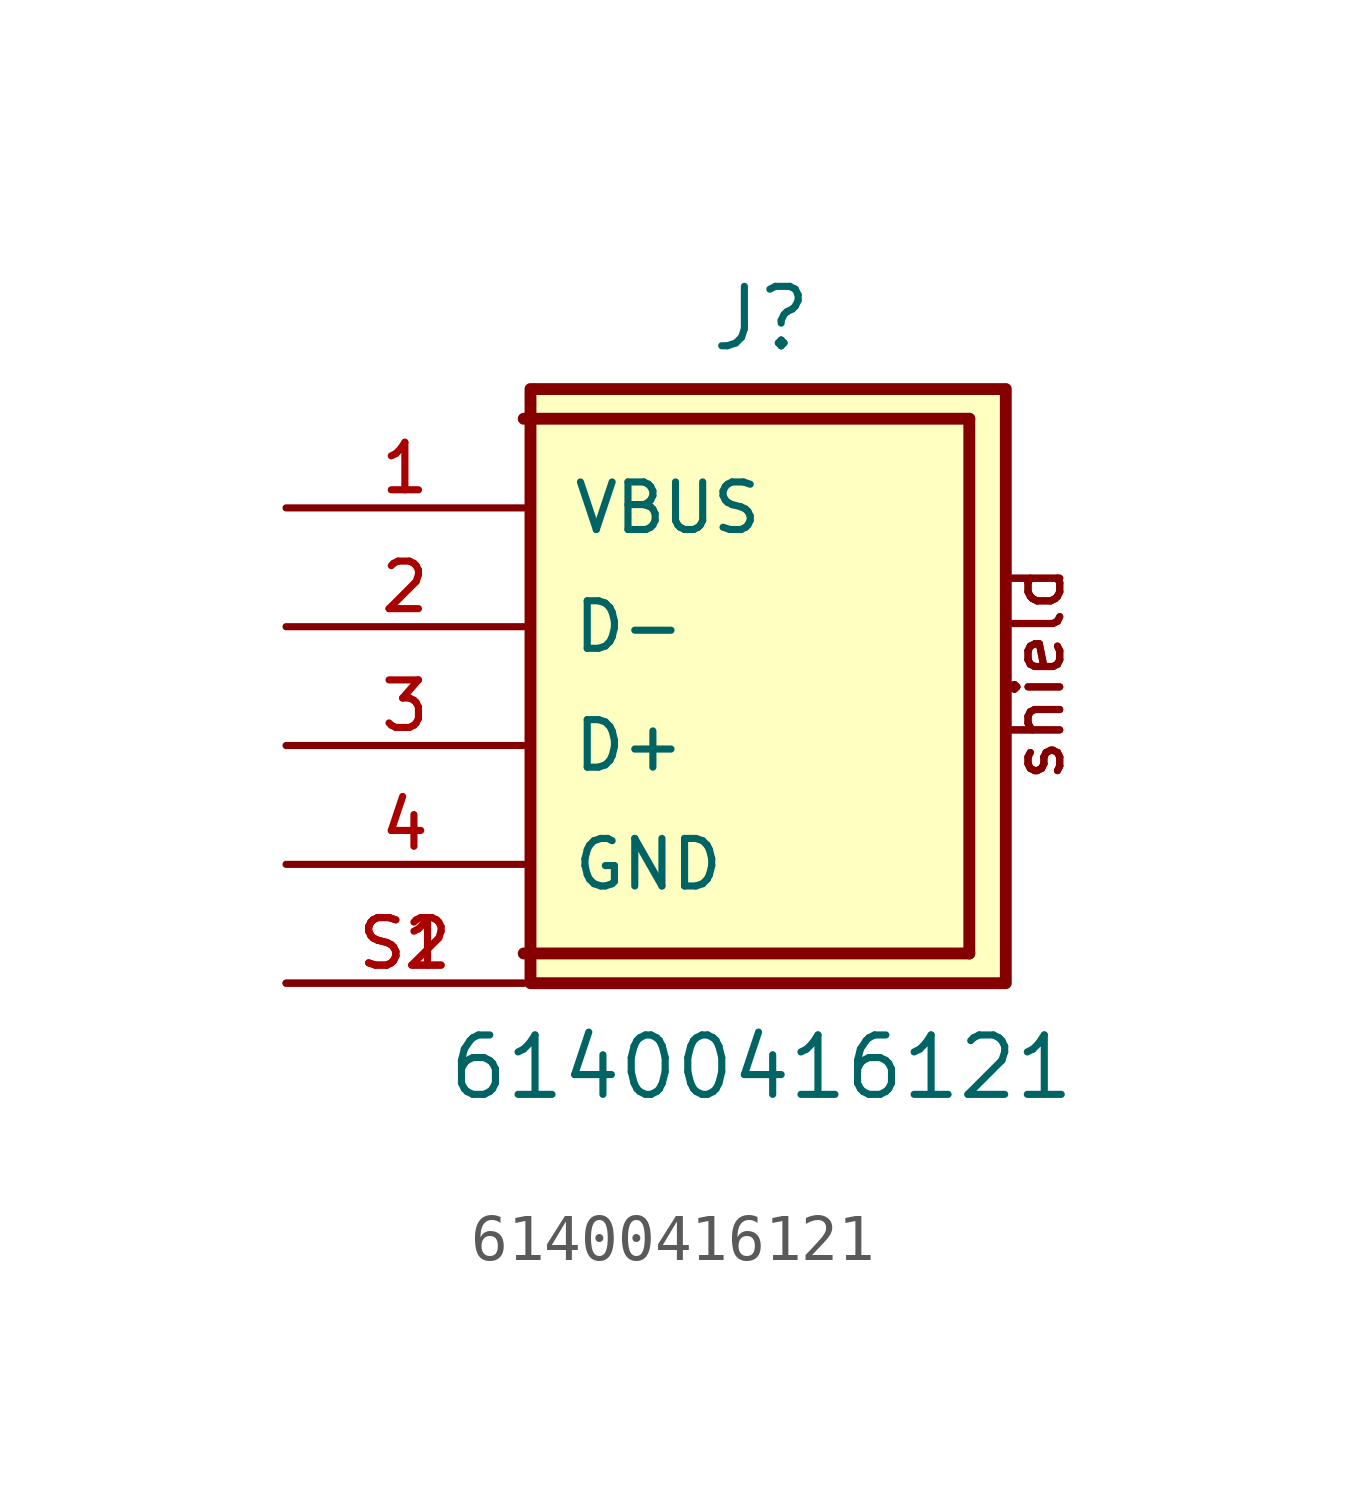
<source format=kicad_sym>
(kicad_symbol_lib
  (version 20211014)
  (generator kicad_symbol_editor)
  (symbol "61400416121"
    (pin_names
      (offset 1.016))
    (property "Reference" "J"
      (at 0.0 5.842 0)
      (effects (font (size 1.27 1.27)) (justify bottom)))
    (property "Value" "61400416121"
      (at 0.0 -10.16 0)
      (effects (font (size 1.27 1.27)) (justify bottom)))
    (symbol "61400416121_0_0"
      (text "shield" (at 6.51 -3.37 900) (effects (font (size 1.016 1.016)) (justify bottom left)))
      (text "shield" (at 6.51 -3.37 900) (effects (font (size 1.016 1.016)) (justify bottom left)))
      (polyline (pts (xy -5.08 4.445) (xy 4.445 4.445)) (stroke (width 0.254)))
      (polyline (pts (xy 4.445 -6.985) (xy -5.08 -6.985)) (stroke (width 0.254)))
      (polyline (pts (xy 4.445 4.445) (xy 4.445 -6.985)) (stroke (width 0.254)))
      (rectangle (start -4.935 -7.62) (end 5.225 5.08) (stroke (width 0.254)) (fill (type background)))
      (pin passive line (at -10.16 -5.08 0) (length 5.08) (name "GND" (effects (font (size 1.016 1.016)))) (number "4" (effects (font (size 1.016 1.016)))))
      (pin passive line (at -10.16 -2.54 0) (length 5.08) (name "D+" (effects (font (size 1.016 1.016)))) (number "3" (effects (font (size 1.016 1.016)))))
      (pin passive line (at -10.16 0.0 0) (length 5.08) (name "D-" (effects (font (size 1.016 1.016)))) (number "2" (effects (font (size 1.016 1.016)))))
      (pin passive line (at -10.16 2.54 0) (length 5.08) (name "VBUS" (effects (font (size 1.016 1.016)))) (number "1" (effects (font (size 1.016 1.016)))))
      (pin passive line (at -10.16 -7.62 0) (length 5.08) (name "~" (effects (font (size 1.016 1.016)))) (number "S1" (effects (font (size 1.016 1.016)))))
      (pin passive line (at -10.16 -7.62 0) (length 5.08) (name "~" (effects (font (size 1.016 1.016)))) (number "S2" (effects (font (size 1.016 1.016))))))))
</source>
